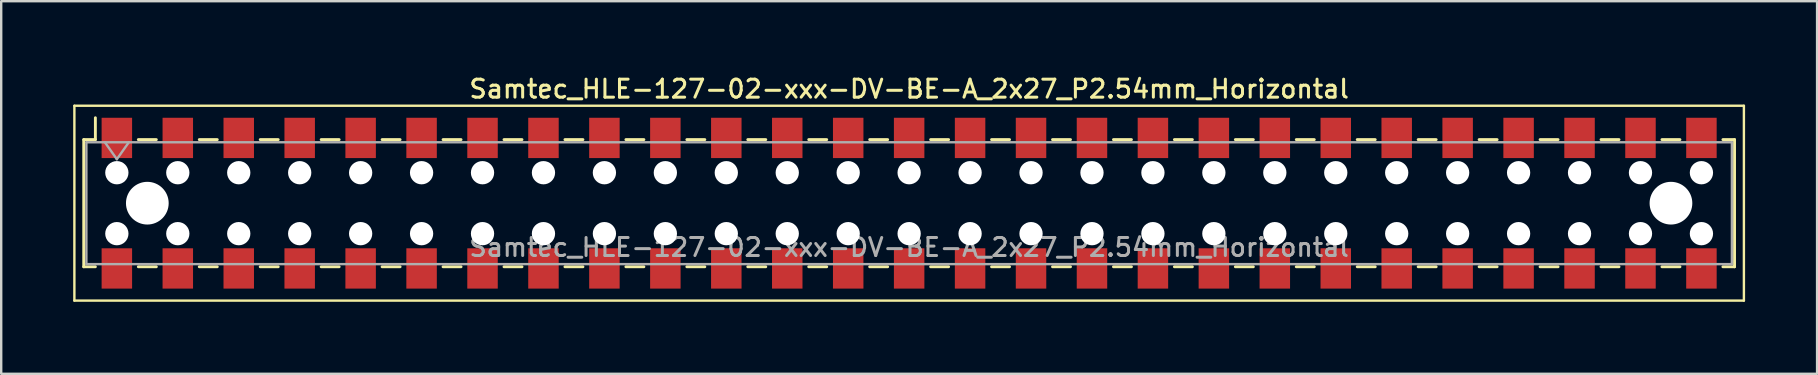
<source format=kicad_pcb>
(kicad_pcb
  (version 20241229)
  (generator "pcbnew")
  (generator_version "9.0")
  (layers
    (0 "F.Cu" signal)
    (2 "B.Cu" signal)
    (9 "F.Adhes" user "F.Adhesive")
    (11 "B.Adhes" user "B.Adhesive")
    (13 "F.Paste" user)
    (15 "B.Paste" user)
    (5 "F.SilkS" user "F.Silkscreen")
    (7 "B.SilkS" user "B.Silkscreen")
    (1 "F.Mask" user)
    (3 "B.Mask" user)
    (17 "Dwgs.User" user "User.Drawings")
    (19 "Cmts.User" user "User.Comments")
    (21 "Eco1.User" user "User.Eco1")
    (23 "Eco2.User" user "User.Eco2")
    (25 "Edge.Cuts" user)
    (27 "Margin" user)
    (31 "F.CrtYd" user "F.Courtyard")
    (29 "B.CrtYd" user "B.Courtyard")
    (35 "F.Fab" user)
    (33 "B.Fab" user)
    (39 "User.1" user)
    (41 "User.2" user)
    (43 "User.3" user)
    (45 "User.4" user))
  (footprint "Samtec_HLE-127-02-xxx-DV-BE-A_2x27_P2.54mm_Horizontal"
    (layer "F.Cu")
    (at 34.84 5.418)
    (property "Reference" "Samtec_HLE-127-02-xxx-DV-BE-A_2x27_P2.54mm_Horizontal" (at 0 -4.76 0) (layer "F.SilkS") (effects (font (size 0.75 0.75) (thickness 0.125))))
    (attr smd)
    (fp_line (start -34.79 -4.06) (end 34.79 -4.06) (stroke (width 0.1) (type solid)) (layer "F.SilkS"))
    (fp_line (start -34.79 4.06) (end -34.79 -4.06) (stroke (width 0.1) (type solid)) (layer "F.SilkS"))
    (fp_line (start -34.4 -2.65) (end -34.4 2.65) (stroke (width 0.12) (type solid)) (layer "F.SilkS"))
    (fp_line (start -34.4 2.65) (end -33.915 2.65) (stroke (width 0.12) (type solid)) (layer "F.SilkS"))
    (fp_line (start -33.915 -3.56) (end -33.915 -2.65) (stroke (width 0.12) (type solid)) (layer "F.SilkS"))
    (fp_line (start -33.915 -2.65) (end -34.4 -2.65) (stroke (width 0.12) (type solid)) (layer "F.SilkS"))
    (fp_line (start -32.125 -2.65) (end -31.375 -2.65) (stroke (width 0.12) (type solid)) (layer "F.SilkS"))
    (fp_line (start -32.125 2.65) (end -31.375 2.65) (stroke (width 0.12) (type solid)) (layer "F.SilkS"))
    (fp_line (start -29.585 -2.65) (end -28.835 -2.65) (stroke (width 0.12) (type solid)) (layer "F.SilkS"))
    (fp_line (start -29.585 2.65) (end -28.835 2.65) (stroke (width 0.12) (type solid)) (layer "F.SilkS"))
    (fp_line (start -27.045 -2.65) (end -26.295 -2.65) (stroke (width 0.12) (type solid)) (layer "F.SilkS"))
    (fp_line (start -27.045 2.65) (end -26.295 2.65) (stroke (width 0.12) (type solid)) (layer "F.SilkS"))
    (fp_line (start -24.505 -2.65) (end -23.755 -2.65) (stroke (width 0.12) (type solid)) (layer "F.SilkS"))
    (fp_line (start -24.505 2.65) (end -23.755 2.65) (stroke (width 0.12) (type solid)) (layer "F.SilkS"))
    (fp_line (start -21.965 -2.65) (end -21.215 -2.65) (stroke (width 0.12) (type solid)) (layer "F.SilkS"))
    (fp_line (start -21.965 2.65) (end -21.215 2.65) (stroke (width 0.12) (type solid)) (layer "F.SilkS"))
    (fp_line (start -19.425 -2.65) (end -18.675 -2.65) (stroke (width 0.12) (type solid)) (layer "F.SilkS"))
    (fp_line (start -19.425 2.65) (end -18.675 2.65) (stroke (width 0.12) (type solid)) (layer "F.SilkS"))
    (fp_line (start -16.885 -2.65) (end -16.135 -2.65) (stroke (width 0.12) (type solid)) (layer "F.SilkS"))
    (fp_line (start -16.885 2.65) (end -16.135 2.65) (stroke (width 0.12) (type solid)) (layer "F.SilkS"))
    (fp_line (start -14.345 -2.65) (end -13.595 -2.65) (stroke (width 0.12) (type solid)) (layer "F.SilkS"))
    (fp_line (start -14.345 2.65) (end -13.595 2.65) (stroke (width 0.12) (type solid)) (layer "F.SilkS"))
    (fp_line (start -11.805 -2.65) (end -11.055 -2.65) (stroke (width 0.12) (type solid)) (layer "F.SilkS"))
    (fp_line (start -11.805 2.65) (end -11.055 2.65) (stroke (width 0.12) (type solid)) (layer "F.SilkS"))
    (fp_line (start -9.265 -2.65) (end -8.515 -2.65) (stroke (width 0.12) (type solid)) (layer "F.SilkS"))
    (fp_line (start -9.265 2.65) (end -8.515 2.65) (stroke (width 0.12) (type solid)) (layer "F.SilkS"))
    (fp_line (start -6.725 -2.65) (end -5.975 -2.65) (stroke (width 0.12) (type solid)) (layer "F.SilkS"))
    (fp_line (start -6.725 2.65) (end -5.975 2.65) (stroke (width 0.12) (type solid)) (layer "F.SilkS"))
    (fp_line (start -4.185 -2.65) (end -3.435 -2.65) (stroke (width 0.12) (type solid)) (layer "F.SilkS"))
    (fp_line (start -4.185 2.65) (end -3.435 2.65) (stroke (width 0.12) (type solid)) (layer "F.SilkS"))
    (fp_line (start -1.645 -2.65) (end -0.895 -2.65) (stroke (width 0.12) (type solid)) (layer "F.SilkS"))
    (fp_line (start -1.645 2.65) (end -0.895 2.65) (stroke (width 0.12) (type solid)) (layer "F.SilkS"))
    (fp_line (start 0.895 -2.65) (end 1.645 -2.65) (stroke (width 0.12) (type solid)) (layer "F.SilkS"))
    (fp_line (start 0.895 2.65) (end 1.645 2.65) (stroke (width 0.12) (type solid)) (layer "F.SilkS"))
    (fp_line (start 3.435 -2.65) (end 4.185 -2.65) (stroke (width 0.12) (type solid)) (layer "F.SilkS"))
    (fp_line (start 3.435 2.65) (end 4.185 2.65) (stroke (width 0.12) (type solid)) (layer "F.SilkS"))
    (fp_line (start 5.975 -2.65) (end 6.725 -2.65) (stroke (width 0.12) (type solid)) (layer "F.SilkS"))
    (fp_line (start 5.975 2.65) (end 6.725 2.65) (stroke (width 0.12) (type solid)) (layer "F.SilkS"))
    (fp_line (start 8.515 -2.65) (end 9.265 -2.65) (stroke (width 0.12) (type solid)) (layer "F.SilkS"))
    (fp_line (start 8.515 2.65) (end 9.265 2.65) (stroke (width 0.12) (type solid)) (layer "F.SilkS"))
    (fp_line (start 11.055 -2.65) (end 11.805 -2.65) (stroke (width 0.12) (type solid)) (layer "F.SilkS"))
    (fp_line (start 11.055 2.65) (end 11.805 2.65) (stroke (width 0.12) (type solid)) (layer "F.SilkS"))
    (fp_line (start 13.595 -2.65) (end 14.345 -2.65) (stroke (width 0.12) (type solid)) (layer "F.SilkS"))
    (fp_line (start 13.595 2.65) (end 14.345 2.65) (stroke (width 0.12) (type solid)) (layer "F.SilkS"))
    (fp_line (start 16.135 -2.65) (end 16.885 -2.65) (stroke (width 0.12) (type solid)) (layer "F.SilkS"))
    (fp_line (start 16.135 2.65) (end 16.885 2.65) (stroke (width 0.12) (type solid)) (layer "F.SilkS"))
    (fp_line (start 18.675 -2.65) (end 19.425 -2.65) (stroke (width 0.12) (type solid)) (layer "F.SilkS"))
    (fp_line (start 18.675 2.65) (end 19.425 2.65) (stroke (width 0.12) (type solid)) (layer "F.SilkS"))
    (fp_line (start 21.215 -2.65) (end 21.965 -2.65) (stroke (width 0.12) (type solid)) (layer "F.SilkS"))
    (fp_line (start 21.215 2.65) (end 21.965 2.65) (stroke (width 0.12) (type solid)) (layer "F.SilkS"))
    (fp_line (start 23.755 -2.65) (end 24.505 -2.65) (stroke (width 0.12) (type solid)) (layer "F.SilkS"))
    (fp_line (start 23.755 2.65) (end 24.505 2.65) (stroke (width 0.12) (type solid)) (layer "F.SilkS"))
    (fp_line (start 26.295 -2.65) (end 27.045 -2.65) (stroke (width 0.12) (type solid)) (layer "F.SilkS"))
    (fp_line (start 26.295 2.65) (end 27.045 2.65) (stroke (width 0.12) (type solid)) (layer "F.SilkS"))
    (fp_line (start 28.835 -2.65) (end 29.585 -2.65) (stroke (width 0.12) (type solid)) (layer "F.SilkS"))
    (fp_line (start 28.835 2.65) (end 29.585 2.65) (stroke (width 0.12) (type solid)) (layer "F.SilkS"))
    (fp_line (start 31.375 -2.65) (end 32.125 -2.65) (stroke (width 0.12) (type solid)) (layer "F.SilkS"))
    (fp_line (start 31.375 2.65) (end 32.125 2.65) (stroke (width 0.12) (type solid)) (layer "F.SilkS"))
    (fp_line (start 33.915 -2.65) (end 34.4 -2.65) (stroke (width 0.12) (type solid)) (layer "F.SilkS"))
    (fp_line (start 34.4 -2.65) (end 34.4 2.65) (stroke (width 0.12) (type solid)) (layer "F.SilkS"))
    (fp_line (start 34.4 2.65) (end 33.915 2.65) (stroke (width 0.12) (type solid)) (layer "F.SilkS"))
    (fp_line (start 34.79 -4.06) (end 34.79 4.06) (stroke (width 0.1) (type solid)) (layer "F.SilkS"))
    (fp_line (start 34.79 4.06) (end -34.79 4.06) (stroke (width 0.1) (type solid)) (layer "F.SilkS"))
    (fp_line (start -34.29 -2.54) (end 34.29 -2.54) (stroke (width 0.1) (type solid)) (layer "F.Fab"))
    (fp_line (start -34.29 2.54) (end -34.29 -2.54) (stroke (width 0.1) (type solid)) (layer "F.Fab"))
    (fp_line (start -33.52 -2.54) (end -33.02 -1.833) (stroke (width 0.1) (type solid)) (layer "F.Fab"))
    (fp_line (start -33.02 -1.833) (end -32.52 -2.54) (stroke (width 0.1) (type solid)) (layer "F.Fab"))
    (fp_line (start 34.29 -2.54) (end 34.29 2.54) (stroke (width 0.1) (type solid)) (layer "F.Fab"))
    (fp_line (start 34.29 2.54) (end -34.29 2.54) (stroke (width 0.1) (type solid)) (layer "F.Fab"))
    (fp_text user "${REFERENCE}" (at 0 1.84 0) (layer "F.Fab") (effects (font (size 0.75 0.75) (thickness 0.125))))
    (pad "" np_thru_hole circle (at -33.02 -1.27) (size 0.97 0.97) (drill 0.97) (layers "*.Cu" "*.Mask"))
    (pad "" np_thru_hole circle (at -33.02 1.27) (size 0.97 0.97) (drill 0.97) (layers "*.Cu" "*.Mask"))
    (pad "" np_thru_hole circle (at -31.75 0) (size 1.78 1.78) (drill 1.78) (layers "*.Cu" "*.Mask"))
    (pad "" np_thru_hole circle (at -30.48 -1.27) (size 0.97 0.97) (drill 0.97) (layers "*.Cu" "*.Mask"))
    (pad "" np_thru_hole circle (at -30.48 1.27) (size 0.97 0.97) (drill 0.97) (layers "*.Cu" "*.Mask"))
    (pad "" np_thru_hole circle (at -27.94 -1.27) (size 0.97 0.97) (drill 0.97) (layers "*.Cu" "*.Mask"))
    (pad "" np_thru_hole circle (at -27.94 1.27) (size 0.97 0.97) (drill 0.97) (layers "*.Cu" "*.Mask"))
    (pad "" np_thru_hole circle (at -25.4 -1.27) (size 0.97 0.97) (drill 0.97) (layers "*.Cu" "*.Mask"))
    (pad "" np_thru_hole circle (at -25.4 1.27) (size 0.97 0.97) (drill 0.97) (layers "*.Cu" "*.Mask"))
    (pad "" np_thru_hole circle (at -22.86 -1.27) (size 0.97 0.97) (drill 0.97) (layers "*.Cu" "*.Mask"))
    (pad "" np_thru_hole circle (at -22.86 1.27) (size 0.97 0.97) (drill 0.97) (layers "*.Cu" "*.Mask"))
    (pad "" np_thru_hole circle (at -20.32 -1.27) (size 0.97 0.97) (drill 0.97) (layers "*.Cu" "*.Mask"))
    (pad "" np_thru_hole circle (at -20.32 1.27) (size 0.97 0.97) (drill 0.97) (layers "*.Cu" "*.Mask"))
    (pad "" np_thru_hole circle (at -17.78 -1.27) (size 0.97 0.97) (drill 0.97) (layers "*.Cu" "*.Mask"))
    (pad "" np_thru_hole circle (at -17.78 1.27) (size 0.97 0.97) (drill 0.97) (layers "*.Cu" "*.Mask"))
    (pad "" np_thru_hole circle (at -15.24 -1.27) (size 0.97 0.97) (drill 0.97) (layers "*.Cu" "*.Mask"))
    (pad "" np_thru_hole circle (at -15.24 1.27) (size 0.97 0.97) (drill 0.97) (layers "*.Cu" "*.Mask"))
    (pad "" np_thru_hole circle (at -12.7 -1.27) (size 0.97 0.97) (drill 0.97) (layers "*.Cu" "*.Mask"))
    (pad "" np_thru_hole circle (at -12.7 1.27) (size 0.97 0.97) (drill 0.97) (layers "*.Cu" "*.Mask"))
    (pad "" np_thru_hole circle (at -10.16 -1.27) (size 0.97 0.97) (drill 0.97) (layers "*.Cu" "*.Mask"))
    (pad "" np_thru_hole circle (at -10.16 1.27) (size 0.97 0.97) (drill 0.97) (layers "*.Cu" "*.Mask"))
    (pad "" np_thru_hole circle (at -7.62 -1.27) (size 0.97 0.97) (drill 0.97) (layers "*.Cu" "*.Mask"))
    (pad "" np_thru_hole circle (at -7.62 1.27) (size 0.97 0.97) (drill 0.97) (layers "*.Cu" "*.Mask"))
    (pad "" np_thru_hole circle (at -5.08 -1.27) (size 0.97 0.97) (drill 0.97) (layers "*.Cu" "*.Mask"))
    (pad "" np_thru_hole circle (at -5.08 1.27) (size 0.97 0.97) (drill 0.97) (layers "*.Cu" "*.Mask"))
    (pad "" np_thru_hole circle (at -2.54 -1.27) (size 0.97 0.97) (drill 0.97) (layers "*.Cu" "*.Mask"))
    (pad "" np_thru_hole circle (at -2.54 1.27) (size 0.97 0.97) (drill 0.97) (layers "*.Cu" "*.Mask"))
    (pad "" np_thru_hole circle (at 0 -1.27) (size 0.97 0.97) (drill 0.97) (layers "*.Cu" "*.Mask"))
    (pad "" np_thru_hole circle (at 0 1.27) (size 0.97 0.97) (drill 0.97) (layers "*.Cu" "*.Mask"))
    (pad "" np_thru_hole circle (at 2.54 -1.27) (size 0.97 0.97) (drill 0.97) (layers "*.Cu" "*.Mask"))
    (pad "" np_thru_hole circle (at 2.54 1.27) (size 0.97 0.97) (drill 0.97) (layers "*.Cu" "*.Mask"))
    (pad "" np_thru_hole circle (at 5.08 -1.27) (size 0.97 0.97) (drill 0.97) (layers "*.Cu" "*.Mask"))
    (pad "" np_thru_hole circle (at 5.08 1.27) (size 0.97 0.97) (drill 0.97) (layers "*.Cu" "*.Mask"))
    (pad "" np_thru_hole circle (at 7.62 -1.27) (size 0.97 0.97) (drill 0.97) (layers "*.Cu" "*.Mask"))
    (pad "" np_thru_hole circle (at 7.62 1.27) (size 0.97 0.97) (drill 0.97) (layers "*.Cu" "*.Mask"))
    (pad "" np_thru_hole circle (at 10.16 -1.27) (size 0.97 0.97) (drill 0.97) (layers "*.Cu" "*.Mask"))
    (pad "" np_thru_hole circle (at 10.16 1.27) (size 0.97 0.97) (drill 0.97) (layers "*.Cu" "*.Mask"))
    (pad "" np_thru_hole circle (at 12.7 -1.27) (size 0.97 0.97) (drill 0.97) (layers "*.Cu" "*.Mask"))
    (pad "" np_thru_hole circle (at 12.7 1.27) (size 0.97 0.97) (drill 0.97) (layers "*.Cu" "*.Mask"))
    (pad "" np_thru_hole circle (at 15.24 -1.27) (size 0.97 0.97) (drill 0.97) (layers "*.Cu" "*.Mask"))
    (pad "" np_thru_hole circle (at 15.24 1.27) (size 0.97 0.97) (drill 0.97) (layers "*.Cu" "*.Mask"))
    (pad "" np_thru_hole circle (at 17.78 -1.27) (size 0.97 0.97) (drill 0.97) (layers "*.Cu" "*.Mask"))
    (pad "" np_thru_hole circle (at 17.78 1.27) (size 0.97 0.97) (drill 0.97) (layers "*.Cu" "*.Mask"))
    (pad "" np_thru_hole circle (at 20.32 -1.27) (size 0.97 0.97) (drill 0.97) (layers "*.Cu" "*.Mask"))
    (pad "" np_thru_hole circle (at 20.32 1.27) (size 0.97 0.97) (drill 0.97) (layers "*.Cu" "*.Mask"))
    (pad "" np_thru_hole circle (at 22.86 -1.27) (size 0.97 0.97) (drill 0.97) (layers "*.Cu" "*.Mask"))
    (pad "" np_thru_hole circle (at 22.86 1.27) (size 0.97 0.97) (drill 0.97) (layers "*.Cu" "*.Mask"))
    (pad "" np_thru_hole circle (at 25.4 -1.27) (size 0.97 0.97) (drill 0.97) (layers "*.Cu" "*.Mask"))
    (pad "" np_thru_hole circle (at 25.4 1.27) (size 0.97 0.97) (drill 0.97) (layers "*.Cu" "*.Mask"))
    (pad "" np_thru_hole circle (at 27.94 -1.27) (size 0.97 0.97) (drill 0.97) (layers "*.Cu" "*.Mask"))
    (pad "" np_thru_hole circle (at 27.94 1.27) (size 0.97 0.97) (drill 0.97) (layers "*.Cu" "*.Mask"))
    (pad "" np_thru_hole circle (at 30.48 -1.27) (size 0.97 0.97) (drill 0.97) (layers "*.Cu" "*.Mask"))
    (pad "" np_thru_hole circle (at 30.48 1.27) (size 0.97 0.97) (drill 0.97) (layers "*.Cu" "*.Mask"))
    (pad "" np_thru_hole circle (at 31.75 0) (size 1.78 1.78) (drill 1.78) (layers "*.Cu" "*.Mask"))
    (pad "" np_thru_hole circle (at 33.02 -1.27) (size 0.97 0.97) (drill 0.97) (layers "*.Cu" "*.Mask"))
    (pad "" np_thru_hole circle (at 33.02 1.27) (size 0.97 0.97) (drill 0.97) (layers "*.Cu" "*.Mask"))
    (pad "1" smd rect (at -33.02 -2.72) (size 1.27 1.68) (layers "F.Cu" "F.Mask" "F.Paste"))
    (pad "2" smd rect (at -33.02 2.72) (size 1.27 1.68) (layers "F.Cu" "F.Mask" "F.Paste"))
    (pad "3" smd rect (at -30.48 -2.72) (size 1.27 1.68) (layers "F.Cu" "F.Mask" "F.Paste"))
    (pad "4" smd rect (at -30.48 2.72) (size 1.27 1.68) (layers "F.Cu" "F.Mask" "F.Paste"))
    (pad "5" smd rect (at -27.94 -2.72) (size 1.27 1.68) (layers "F.Cu" "F.Mask" "F.Paste"))
    (pad "6" smd rect (at -27.94 2.72) (size 1.27 1.68) (layers "F.Cu" "F.Mask" "F.Paste"))
    (pad "7" smd rect (at -25.4 -2.72) (size 1.27 1.68) (layers "F.Cu" "F.Mask" "F.Paste"))
    (pad "8" smd rect (at -25.4 2.72) (size 1.27 1.68) (layers "F.Cu" "F.Mask" "F.Paste"))
    (pad "9" smd rect (at -22.86 -2.72) (size 1.27 1.68) (layers "F.Cu" "F.Mask" "F.Paste"))
    (pad "10" smd rect (at -22.86 2.72) (size 1.27 1.68) (layers "F.Cu" "F.Mask" "F.Paste"))
    (pad "11" smd rect (at -20.32 -2.72) (size 1.27 1.68) (layers "F.Cu" "F.Mask" "F.Paste"))
    (pad "12" smd rect (at -20.32 2.72) (size 1.27 1.68) (layers "F.Cu" "F.Mask" "F.Paste"))
    (pad "13" smd rect (at -17.78 -2.72) (size 1.27 1.68) (layers "F.Cu" "F.Mask" "F.Paste"))
    (pad "14" smd rect (at -17.78 2.72) (size 1.27 1.68) (layers "F.Cu" "F.Mask" "F.Paste"))
    (pad "15" smd rect (at -15.24 -2.72) (size 1.27 1.68) (layers "F.Cu" "F.Mask" "F.Paste"))
    (pad "16" smd rect (at -15.24 2.72) (size 1.27 1.68) (layers "F.Cu" "F.Mask" "F.Paste"))
    (pad "17" smd rect (at -12.7 -2.72) (size 1.27 1.68) (layers "F.Cu" "F.Mask" "F.Paste"))
    (pad "18" smd rect (at -12.7 2.72) (size 1.27 1.68) (layers "F.Cu" "F.Mask" "F.Paste"))
    (pad "19" smd rect (at -10.16 -2.72) (size 1.27 1.68) (layers "F.Cu" "F.Mask" "F.Paste"))
    (pad "20" smd rect (at -10.16 2.72) (size 1.27 1.68) (layers "F.Cu" "F.Mask" "F.Paste"))
    (pad "21" smd rect (at -7.62 -2.72) (size 1.27 1.68) (layers "F.Cu" "F.Mask" "F.Paste"))
    (pad "22" smd rect (at -7.62 2.72) (size 1.27 1.68) (layers "F.Cu" "F.Mask" "F.Paste"))
    (pad "23" smd rect (at -5.08 -2.72) (size 1.27 1.68) (layers "F.Cu" "F.Mask" "F.Paste"))
    (pad "24" smd rect (at -5.08 2.72) (size 1.27 1.68) (layers "F.Cu" "F.Mask" "F.Paste"))
    (pad "25" smd rect (at -2.54 -2.72) (size 1.27 1.68) (layers "F.Cu" "F.Mask" "F.Paste"))
    (pad "26" smd rect (at -2.54 2.72) (size 1.27 1.68) (layers "F.Cu" "F.Mask" "F.Paste"))
    (pad "27" smd rect (at 0 -2.72) (size 1.27 1.68) (layers "F.Cu" "F.Mask" "F.Paste"))
    (pad "28" smd rect (at 0 2.72) (size 1.27 1.68) (layers "F.Cu" "F.Mask" "F.Paste"))
    (pad "29" smd rect (at 2.54 -2.72) (size 1.27 1.68) (layers "F.Cu" "F.Mask" "F.Paste"))
    (pad "30" smd rect (at 2.54 2.72) (size 1.27 1.68) (layers "F.Cu" "F.Mask" "F.Paste"))
    (pad "31" smd rect (at 5.08 -2.72) (size 1.27 1.68) (layers "F.Cu" "F.Mask" "F.Paste"))
    (pad "32" smd rect (at 5.08 2.72) (size 1.27 1.68) (layers "F.Cu" "F.Mask" "F.Paste"))
    (pad "33" smd rect (at 7.62 -2.72) (size 1.27 1.68) (layers "F.Cu" "F.Mask" "F.Paste"))
    (pad "34" smd rect (at 7.62 2.72) (size 1.27 1.68) (layers "F.Cu" "F.Mask" "F.Paste"))
    (pad "35" smd rect (at 10.16 -2.72) (size 1.27 1.68) (layers "F.Cu" "F.Mask" "F.Paste"))
    (pad "36" smd rect (at 10.16 2.72) (size 1.27 1.68) (layers "F.Cu" "F.Mask" "F.Paste"))
    (pad "37" smd rect (at 12.7 -2.72) (size 1.27 1.68) (layers "F.Cu" "F.Mask" "F.Paste"))
    (pad "38" smd rect (at 12.7 2.72) (size 1.27 1.68) (layers "F.Cu" "F.Mask" "F.Paste"))
    (pad "39" smd rect (at 15.24 -2.72) (size 1.27 1.68) (layers "F.Cu" "F.Mask" "F.Paste"))
    (pad "40" smd rect (at 15.24 2.72) (size 1.27 1.68) (layers "F.Cu" "F.Mask" "F.Paste"))
    (pad "41" smd rect (at 17.78 -2.72) (size 1.27 1.68) (layers "F.Cu" "F.Mask" "F.Paste"))
    (pad "42" smd rect (at 17.78 2.72) (size 1.27 1.68) (layers "F.Cu" "F.Mask" "F.Paste"))
    (pad "43" smd rect (at 20.32 -2.72) (size 1.27 1.68) (layers "F.Cu" "F.Mask" "F.Paste"))
    (pad "44" smd rect (at 20.32 2.72) (size 1.27 1.68) (layers "F.Cu" "F.Mask" "F.Paste"))
    (pad "45" smd rect (at 22.86 -2.72) (size 1.27 1.68) (layers "F.Cu" "F.Mask" "F.Paste"))
    (pad "46" smd rect (at 22.86 2.72) (size 1.27 1.68) (layers "F.Cu" "F.Mask" "F.Paste"))
    (pad "47" smd rect (at 25.4 -2.72) (size 1.27 1.68) (layers "F.Cu" "F.Mask" "F.Paste"))
    (pad "48" smd rect (at 25.4 2.72) (size 1.27 1.68) (layers "F.Cu" "F.Mask" "F.Paste"))
    (pad "49" smd rect (at 27.94 -2.72) (size 1.27 1.68) (layers "F.Cu" "F.Mask" "F.Paste"))
    (pad "50" smd rect (at 27.94 2.72) (size 1.27 1.68) (layers "F.Cu" "F.Mask" "F.Paste"))
    (pad "51" smd rect (at 30.48 -2.72) (size 1.27 1.68) (layers "F.Cu" "F.Mask" "F.Paste"))
    (pad "52" smd rect (at 30.48 2.72) (size 1.27 1.68) (layers "F.Cu" "F.Mask" "F.Paste"))
    (pad "53" smd rect (at 33.02 -2.72) (size 1.27 1.68) (layers "F.Cu" "F.Mask" "F.Paste"))
    (pad "54" smd rect (at 33.02 2.72) (size 1.27 1.68) (layers "F.Cu" "F.Mask" "F.Paste")))
  (gr_rect
    (start -3 -3)
    (end 72.68 12.528)
    (stroke (width 0.1) (type default))
    (fill no)
    (layer "Edge.Cuts")))
</source>
